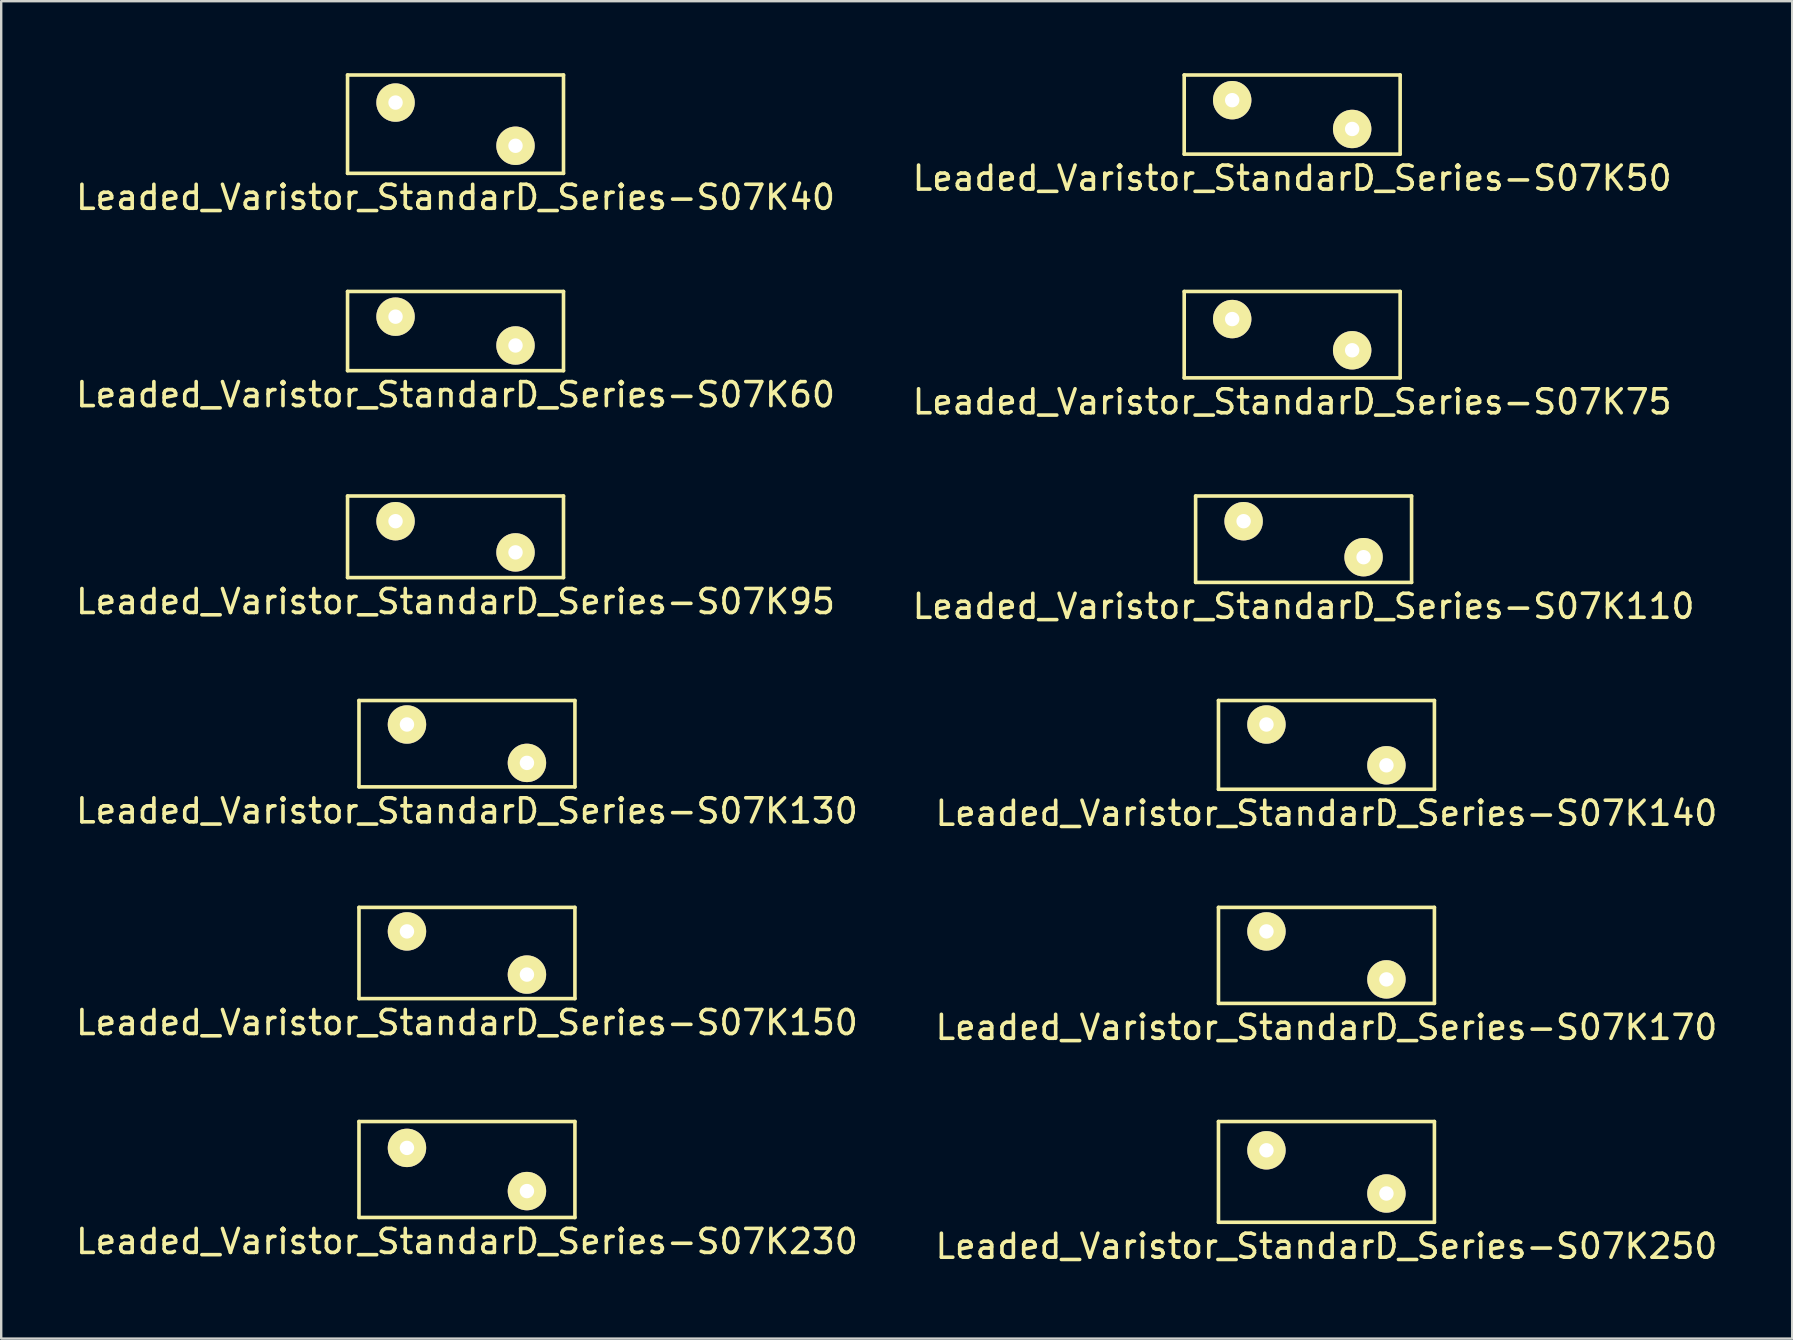
<source format=kicad_pcb>
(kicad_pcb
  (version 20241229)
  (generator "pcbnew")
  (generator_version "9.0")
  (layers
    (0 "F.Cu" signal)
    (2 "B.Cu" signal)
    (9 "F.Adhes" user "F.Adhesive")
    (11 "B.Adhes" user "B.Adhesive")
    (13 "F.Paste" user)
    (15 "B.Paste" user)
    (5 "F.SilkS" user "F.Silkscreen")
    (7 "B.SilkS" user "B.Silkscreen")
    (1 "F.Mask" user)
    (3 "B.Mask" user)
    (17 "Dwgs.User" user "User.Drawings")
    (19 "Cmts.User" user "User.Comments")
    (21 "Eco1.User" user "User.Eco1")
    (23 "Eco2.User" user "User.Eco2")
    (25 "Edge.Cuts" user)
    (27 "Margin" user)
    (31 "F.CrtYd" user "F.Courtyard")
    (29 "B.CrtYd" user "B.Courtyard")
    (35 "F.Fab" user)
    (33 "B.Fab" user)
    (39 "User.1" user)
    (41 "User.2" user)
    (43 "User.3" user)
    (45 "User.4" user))
  (footprint "Leaded_Varistor_StandarD_Series-S07K140"
    (layer "F.Cu")
    (at 49.732 27.145)
    (property "Reference" "Leaded_Varistor_StandarD_Series-S07K140" (at 2.5 3.7 0) (layer "F.SilkS") (effects (font (size 1 1) (thickness 0.15))))
    (attr through_hole)
    (fp_line (start -2 -1) (end -2 2.7) (stroke (width 0.15) (type solid)) (layer "F.SilkS"))
    (fp_line (start -2 -1) (end 7 -1) (stroke (width 0.15) (type solid)) (layer "F.SilkS"))
    (fp_line (start -2 2.7) (end 7 2.7) (stroke (width 0.15) (type solid)) (layer "F.SilkS"))
    (fp_line (start 7 -1) (end 7 2.7) (stroke (width 0.15) (type solid)) (layer "F.SilkS"))
    (pad "1" thru_hole circle (at 0 0) (size 1.6 1.6) (drill 0.6) (layers "*.Cu" "*.Mask" "F.SilkS"))
    (pad "2" thru_hole circle (at 5 1.7) (size 1.6 1.6) (drill 0.6) (layers "*.Cu" "*.Mask" "F.SilkS")))
  (footprint "Leaded_Varistor_StandarD_Series-S07K75"
    (layer "F.Cu")
    (at 48.304 10.248)
    (property "Reference" "Leaded_Varistor_StandarD_Series-S07K75" (at 2.5 3.45 0) (layer "F.SilkS") (effects (font (size 1 1) (thickness 0.15))))
    (attr through_hole)
    (fp_line (start -2 -1.15) (end -2 2.45) (stroke (width 0.15) (type solid)) (layer "F.SilkS"))
    (fp_line (start -2 -1.15) (end 7 -1.15) (stroke (width 0.15) (type solid)) (layer "F.SilkS"))
    (fp_line (start -2 2.45) (end 7 2.45) (stroke (width 0.15) (type solid)) (layer "F.SilkS"))
    (fp_line (start 7 -1.15) (end 7 2.45) (stroke (width 0.15) (type solid)) (layer "F.SilkS"))
    (pad "1" thru_hole circle (at 0 0) (size 1.6 1.6) (drill 0.6) (layers "*.Cu" "*.Mask" "F.SilkS"))
    (pad "2" thru_hole circle (at 5 1.3) (size 1.6 1.6) (drill 0.6) (layers "*.Cu" "*.Mask" "F.SilkS")))
  (footprint "Leaded_Varistor_StandarD_Series-S07K50"
    (layer "F.Cu")
    (at 48.304 1.125)
    (property "Reference" "Leaded_Varistor_StandarD_Series-S07K50" (at 2.5 3.25 0) (layer "F.SilkS") (effects (font (size 1 1) (thickness 0.15))))
    (attr through_hole)
    (fp_line (start -2 -1.05) (end -2 2.25) (stroke (width 0.15) (type solid)) (layer "F.SilkS"))
    (fp_line (start -2 -1.05) (end 7 -1.05) (stroke (width 0.15) (type solid)) (layer "F.SilkS"))
    (fp_line (start -2 2.25) (end 7 2.25) (stroke (width 0.15) (type solid)) (layer "F.SilkS"))
    (fp_line (start 7 -1.05) (end 7 2.25) (stroke (width 0.15) (type solid)) (layer "F.SilkS"))
    (pad "1" thru_hole circle (at 0 0) (size 1.6 1.6) (drill 0.6) (layers "*.Cu" "*.Mask" "F.SilkS"))
    (pad "2" thru_hole circle (at 5 1.2) (size 1.6 1.6) (drill 0.6) (layers "*.Cu" "*.Mask" "F.SilkS")))
  (footprint "Leaded_Varistor_StandarD_Series-S07K95"
    (layer "F.Cu")
    (at 13.435 18.672)
    (property "Reference" "Leaded_Varistor_StandarD_Series-S07K95" (at 2.5 3.35 0) (layer "F.SilkS") (effects (font (size 1 1) (thickness 0.15))))
    (attr through_hole)
    (fp_line (start -2 -1.05) (end -2 2.35) (stroke (width 0.15) (type solid)) (layer "F.SilkS"))
    (fp_line (start -2 -1.05) (end 7 -1.05) (stroke (width 0.15) (type solid)) (layer "F.SilkS"))
    (fp_line (start -2 2.35) (end 7 2.35) (stroke (width 0.15) (type solid)) (layer "F.SilkS"))
    (fp_line (start 7 -1.05) (end 7 2.35) (stroke (width 0.15) (type solid)) (layer "F.SilkS"))
    (pad "1" thru_hole circle (at 0 0) (size 1.6 1.6) (drill 0.6) (layers "*.Cu" "*.Mask" "F.SilkS"))
    (pad "2" thru_hole circle (at 5 1.3) (size 1.6 1.6) (drill 0.6) (layers "*.Cu" "*.Mask" "F.SilkS")))
  (footprint "Leaded_Varistor_StandarD_Series-S07K130"
    (layer "F.Cu")
    (at 13.911 27.145)
    (property "Reference" "Leaded_Varistor_StandarD_Series-S07K130" (at 2.5 3.6 0) (layer "F.SilkS") (effects (font (size 1 1) (thickness 0.15))))
    (attr through_hole)
    (fp_line (start -2 -1) (end -2 2.6) (stroke (width 0.15) (type solid)) (layer "F.SilkS"))
    (fp_line (start -2 -1) (end 7 -1) (stroke (width 0.15) (type solid)) (layer "F.SilkS"))
    (fp_line (start -2 2.6) (end 7 2.6) (stroke (width 0.15) (type solid)) (layer "F.SilkS"))
    (fp_line (start 7 -1) (end 7 2.6) (stroke (width 0.15) (type solid)) (layer "F.SilkS"))
    (pad "1" thru_hole circle (at 0 0) (size 1.6 1.6) (drill 0.6) (layers "*.Cu" "*.Mask" "F.SilkS"))
    (pad "2" thru_hole circle (at 5 1.6) (size 1.6 1.6) (drill 0.6) (layers "*.Cu" "*.Mask" "F.SilkS")))
  (footprint "Leaded_Varistor_StandarD_Series-S07K60"
    (layer "F.Cu")
    (at 13.435 10.148)
    (property "Reference" "Leaded_Varistor_StandarD_Series-S07K60" (at 2.5 3.25 0) (layer "F.SilkS") (effects (font (size 1 1) (thickness 0.15))))
    (attr through_hole)
    (fp_line (start -2 -1.05) (end -2 2.25) (stroke (width 0.15) (type solid)) (layer "F.SilkS"))
    (fp_line (start -2 -1.05) (end 7 -1.05) (stroke (width 0.15) (type solid)) (layer "F.SilkS"))
    (fp_line (start -2 2.25) (end 7 2.25) (stroke (width 0.15) (type solid)) (layer "F.SilkS"))
    (fp_line (start 7 -1.05) (end 7 2.25) (stroke (width 0.15) (type solid)) (layer "F.SilkS"))
    (pad "1" thru_hole circle (at 0 0) (size 1.6 1.6) (drill 0.6) (layers "*.Cu" "*.Mask" "F.SilkS"))
    (pad "2" thru_hole circle (at 5 1.2) (size 1.6 1.6) (drill 0.6) (layers "*.Cu" "*.Mask" "F.SilkS")))
  (footprint "Leaded_Varistor_StandarD_Series-S07K230"
    (layer "F.Cu")
    (at 13.911 44.791)
    (property "Reference" "Leaded_Varistor_StandarD_Series-S07K230" (at 2.5 3.9 0) (layer "F.SilkS") (effects (font (size 1 1) (thickness 0.15))))
    (attr through_hole)
    (fp_line (start -2 -1.1) (end -2 2.9) (stroke (width 0.15) (type solid)) (layer "F.SilkS"))
    (fp_line (start -2 -1.1) (end 7 -1.1) (stroke (width 0.15) (type solid)) (layer "F.SilkS"))
    (fp_line (start -2 2.9) (end 7 2.9) (stroke (width 0.15) (type solid)) (layer "F.SilkS"))
    (fp_line (start 7 -1.1) (end 7 2.9) (stroke (width 0.15) (type solid)) (layer "F.SilkS"))
    (pad "1" thru_hole circle (at 0 0) (size 1.6 1.6) (drill 0.6) (layers "*.Cu" "*.Mask" "F.SilkS"))
    (pad "2" thru_hole circle (at 5 1.8) (size 1.6 1.6) (drill 0.6) (layers "*.Cu" "*.Mask" "F.SilkS")))
  (footprint "Leaded_Varistor_StandarD_Series-S07K40"
    (layer "F.Cu")
    (at 13.435 1.225)
    (property "Reference" "Leaded_Varistor_StandarD_Series-S07K40" (at 2.5 3.95 0) (layer "F.SilkS") (effects (font (size 1 1) (thickness 0.15))))
    (attr through_hole)
    (fp_line (start -2 -1.15) (end -2 2.95) (stroke (width 0.15) (type solid)) (layer "F.SilkS"))
    (fp_line (start -2 -1.15) (end 7 -1.15) (stroke (width 0.15) (type solid)) (layer "F.SilkS"))
    (fp_line (start -2 2.95) (end 7 2.95) (stroke (width 0.15) (type solid)) (layer "F.SilkS"))
    (fp_line (start 7 -1.15) (end 7 2.95) (stroke (width 0.15) (type solid)) (layer "F.SilkS"))
    (pad "1" thru_hole circle (at 0 0) (size 1.6 1.6) (drill 0.6) (layers "*.Cu" "*.Mask" "F.SilkS"))
    (pad "2" thru_hole circle (at 5 1.8) (size 1.6 1.6) (drill 0.6) (layers "*.Cu" "*.Mask" "F.SilkS")))
  (footprint "Leaded_Varistor_StandarD_Series-S07K150"
    (layer "F.Cu")
    (at 13.911 35.768)
    (property "Reference" "Leaded_Varistor_StandarD_Series-S07K150" (at 2.5 3.8 0) (layer "F.SilkS") (effects (font (size 1 1) (thickness 0.15))))
    (attr through_hole)
    (fp_line (start -2 -1) (end -2 2.8) (stroke (width 0.15) (type solid)) (layer "F.SilkS"))
    (fp_line (start -2 -1) (end 7 -1) (stroke (width 0.15) (type solid)) (layer "F.SilkS"))
    (fp_line (start -2 2.8) (end 7 2.8) (stroke (width 0.15) (type solid)) (layer "F.SilkS"))
    (fp_line (start 7 -1) (end 7 2.8) (stroke (width 0.15) (type solid)) (layer "F.SilkS"))
    (pad "1" thru_hole circle (at 0 0) (size 1.6 1.6) (drill 0.6) (layers "*.Cu" "*.Mask" "F.SilkS"))
    (pad "2" thru_hole circle (at 5 1.8) (size 1.6 1.6) (drill 0.6) (layers "*.Cu" "*.Mask" "F.SilkS")))
  (footprint "Leaded_Varistor_StandarD_Series-S07K250"
    (layer "F.Cu")
    (at 49.732 44.891)
    (property "Reference" "Leaded_Varistor_StandarD_Series-S07K250" (at 2.5 4 0) (layer "F.SilkS") (effects (font (size 1 1) (thickness 0.15))))
    (attr through_hole)
    (fp_line (start -2 -1.2) (end -2 3) (stroke (width 0.15) (type solid)) (layer "F.SilkS"))
    (fp_line (start -2 -1.2) (end 7 -1.2) (stroke (width 0.15) (type solid)) (layer "F.SilkS"))
    (fp_line (start -2 3) (end 7 3) (stroke (width 0.15) (type solid)) (layer "F.SilkS"))
    (fp_line (start 7 -1.2) (end 7 3) (stroke (width 0.15) (type solid)) (layer "F.SilkS"))
    (pad "1" thru_hole circle (at 0 0) (size 1.6 1.6) (drill 0.6) (layers "*.Cu" "*.Mask" "F.SilkS"))
    (pad "2" thru_hole circle (at 5 1.8) (size 1.6 1.6) (drill 0.6) (layers "*.Cu" "*.Mask" "F.SilkS")))
  (footprint "Leaded_Varistor_StandarD_Series-S07K110"
    (layer "F.Cu")
    (at 48.78 18.672)
    (property "Reference" "Leaded_Varistor_StandarD_Series-S07K110" (at 2.5 3.55 0) (layer "F.SilkS") (effects (font (size 1 1) (thickness 0.15))))
    (attr through_hole)
    (fp_line (start -2 -1.05) (end -2 2.55) (stroke (width 0.15) (type solid)) (layer "F.SilkS"))
    (fp_line (start -2 -1.05) (end 7 -1.05) (stroke (width 0.15) (type solid)) (layer "F.SilkS"))
    (fp_line (start -2 2.55) (end 7 2.55) (stroke (width 0.15) (type solid)) (layer "F.SilkS"))
    (fp_line (start 7 -1.05) (end 7 2.55) (stroke (width 0.15) (type solid)) (layer "F.SilkS"))
    (pad "1" thru_hole circle (at 0 0) (size 1.6 1.6) (drill 0.6) (layers "*.Cu" "*.Mask" "F.SilkS"))
    (pad "2" thru_hole circle (at 5 1.5) (size 1.6 1.6) (drill 0.6) (layers "*.Cu" "*.Mask" "F.SilkS")))
  (footprint "Leaded_Varistor_StandarD_Series-S07K170"
    (layer "F.Cu")
    (at 49.732 35.768)
    (property "Reference" "Leaded_Varistor_StandarD_Series-S07K170" (at 2.5 4 0) (layer "F.SilkS") (effects (font (size 1 1) (thickness 0.15))))
    (attr through_hole)
    (fp_line (start -2 -1) (end -2 3) (stroke (width 0.15) (type solid)) (layer "F.SilkS"))
    (fp_line (start -2 -1) (end 7 -1) (stroke (width 0.15) (type solid)) (layer "F.SilkS"))
    (fp_line (start -2 3) (end 7 3) (stroke (width 0.15) (type solid)) (layer "F.SilkS"))
    (fp_line (start 7 -1) (end 7 3) (stroke (width 0.15) (type solid)) (layer "F.SilkS"))
    (pad "1" thru_hole circle (at 0 0) (size 1.6 1.6) (drill 0.6) (layers "*.Cu" "*.Mask" "F.SilkS"))
    (pad "2" thru_hole circle (at 5 2) (size 1.6 1.6) (drill 0.6) (layers "*.Cu" "*.Mask" "F.SilkS")))
  (gr_rect
    (start -3 -3)
    (end 71.643 52.739)
    (stroke (width 0.1) (type default))
    (fill no)
    (layer "Edge.Cuts")))
</source>
